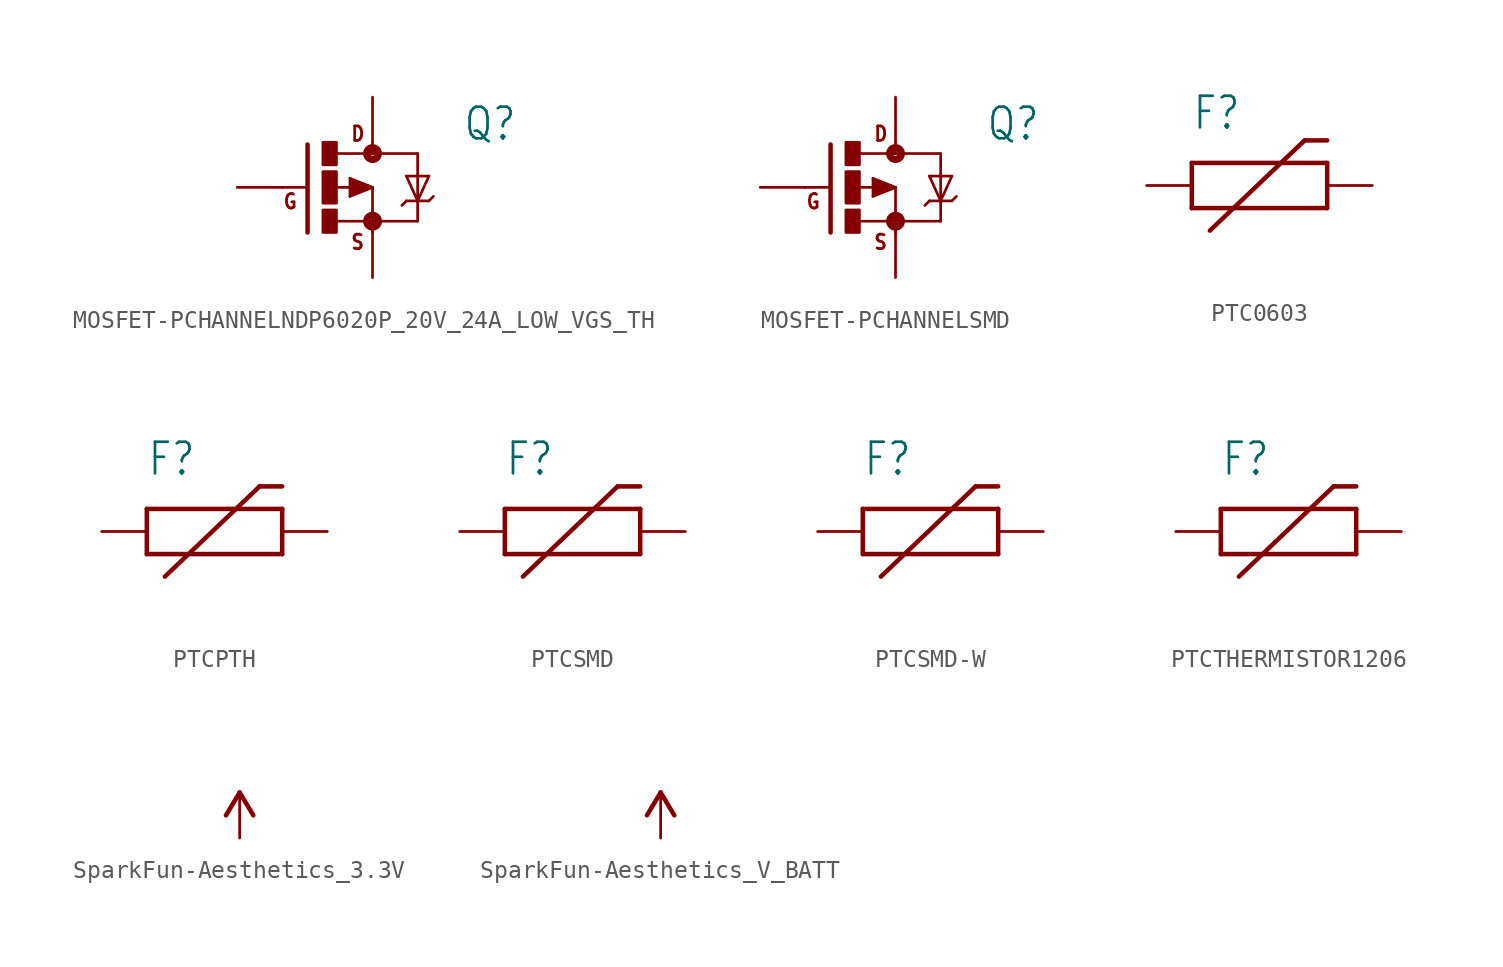
<source format=kicad_sym>
(kicad_symbol_lib
  (version 20241209)
  (generator "kicad_symbol_editor")
  (generator_version "9.0")
  (symbol "MOSFET-PCHANNELNDP6020P_20V_24A_LOW_VGS_TH"
    (property "Reference" "Q"
      (at 5.08 2.54 0)
      (effects (font (size 1.778 1.511)) (justify left bottom)))
    (property "Value" ""
      (at 5.08 0 0)
      (effects (font (size 1.778 1.511)) (justify left bottom)))
    (property "ki_locked" ""
      (at 0 0 0)
      (effects (font (size 1.27 1.27))))
    (symbol "MOSFET-PCHANNELNDP6020P_20V_24A_LOW_VGS_TH_1_0"
      (polyline (pts (xy -3.81 0) (xy -5.08 0)) (stroke (width 0.152) (type solid)) (fill (type none)))
      (polyline (pts (xy -3.658 2.413) (xy -3.658 -2.54)) (stroke (width 0.254) (type solid)) (fill (type none)))
      (rectangle (start -2.794 1.27) (end -2.032 2.54) (stroke (width 0) (type default)) (fill (type outline)))
      (rectangle (start -2.794 -0.889) (end -2.032 0.889) (stroke (width 0) (type default)) (fill (type outline)))
      (rectangle (start -2.794 -2.54) (end -2.032 -1.27) (stroke (width 0) (type default)) (fill (type outline)))
      (polyline (pts (xy -2.032 -1.905) (xy 0 -1.905)) (stroke (width 0.152) (type solid)) (fill (type none)))
      (polyline (pts (xy -1.27 0.508) (xy -1.27 -0.508)) (stroke (width 0.152) (type solid)) (fill (type none)))
      (polyline (pts (xy -1.27 -0.508) (xy 0 0)) (stroke (width 0.152) (type solid)) (fill (type none)))
      (polyline (pts (xy -1.143 0.254) (xy -1.143 0)) (stroke (width 0.305) (type solid)) (fill (type none)))
      (polyline (pts (xy -1.143 0) (xy -2.032 0)) (stroke (width 0.152) (type solid)) (fill (type none)))
      (polyline (pts (xy -1.143 0) (xy -0.889 0)) (stroke (width 0.305) (type solid)) (fill (type none)))
      (polyline (pts (xy -1.143 -0.254) (xy -0.254 0)) (stroke (width 0.305) (type solid)) (fill (type none)))
      (polyline (pts (xy -0.254 0) (xy -1.143 0.254)) (stroke (width 0.305) (type solid)) (fill (type none)))
      (polyline (pts (xy 0 2.54) (xy 0 1.905)) (stroke (width 0.152) (type solid)) (fill (type none)))
      (circle (center 0 1.905) (radius 0.127) (stroke (width 0.406) (type solid)) (fill (type none)))
      (polyline (pts (xy 0 1.905) (xy -2.007 1.905)) (stroke (width 0.152) (type solid)) (fill (type none)))
      (polyline (pts (xy 0 1.905) (xy 2.54 1.905)) (stroke (width 0.152) (type solid)) (fill (type none)))
      (polyline (pts (xy 0 0) (xy -1.27 0.508)) (stroke (width 0.152) (type solid)) (fill (type none)))
      (polyline (pts (xy 0 0) (xy 0 -1.905)) (stroke (width 0.152) (type solid)) (fill (type none)))
      (polyline (pts (xy 0 -1.905) (xy 0 -2.54)) (stroke (width 0.152) (type solid)) (fill (type none)))
      (circle (center 0 -1.905) (radius 0.127) (stroke (width 0.406) (type solid)) (fill (type none)))
      (polyline (pts (xy 1.905 0.635) (xy 2.54 -0.762)) (stroke (width 0.152) (type solid)) (fill (type none)))
      (polyline (pts (xy 1.905 -0.762) (xy 1.651 -1.016)) (stroke (width 0.152) (type solid)) (fill (type none)))
      (polyline (pts (xy 2.54 -0.762) (xy 1.905 -0.762)) (stroke (width 0.152) (type solid)) (fill (type none)))
      (polyline (pts (xy 2.54 -0.762) (xy 2.54 1.905)) (stroke (width 0.152) (type solid)) (fill (type none)))
      (polyline (pts (xy 2.54 -0.762) (xy 3.175 0.635)) (stroke (width 0.152) (type solid)) (fill (type none)))
      (polyline (pts (xy 2.54 -1.905) (xy 0 -1.905)) (stroke (width 0.152) (type solid)) (fill (type none)))
      (polyline (pts (xy 2.54 -1.905) (xy 2.54 -0.762)) (stroke (width 0.152) (type solid)) (fill (type none)))
      (polyline (pts (xy 3.175 0.635) (xy 1.905 0.635)) (stroke (width 0.152) (type solid)) (fill (type none)))
      (polyline (pts (xy 3.175 -0.762) (xy 2.54 -0.762)) (stroke (width 0.152) (type solid)) (fill (type none)))
      (polyline (pts (xy 3.175 -0.762) (xy 3.429 -0.508)) (stroke (width 0.152) (type solid)) (fill (type none)))
      (text "G" (at -5.08 -1.27 0) (effects (font (size 0.813 0.691)) (justify left bottom)))
      (text "D" (at -1.27 2.54 0) (effects (font (size 0.813 0.691)) (justify left bottom)))
      (text "S" (at -1.27 -3.556 0) (effects (font (size 0.813 0.691)) (justify left bottom)))
      (pin passive line (at -7.62 0 0) (length 2.54) (name "G" (effects (font (size 0 0)))) (number "1" (effects (font (size 0 0)))))
      (pin passive line (at 0 5.08 270) (length 2.54) (name "D" (effects (font (size 0 0)))) (number "2" (effects (font (size 0 0)))))
      (pin passive line (at 0 -5.08 90) (length 2.54) (name "S" (effects (font (size 0 0)))) (number "3" (effects (font (size 0 0)))))))
  (symbol "MOSFET-PCHANNELSMD"
    (property "Reference" "Q"
      (at 5.08 2.54 0)
      (effects (font (size 1.778 1.511)) (justify left bottom)))
    (property "Value" ""
      (at 5.08 0 0)
      (effects (font (size 1.778 1.511)) (justify left bottom)))
    (property "ki_locked" ""
      (at 0 0 0)
      (effects (font (size 1.27 1.27))))
    (symbol "MOSFET-PCHANNELSMD_1_0"
      (polyline (pts (xy -3.81 0) (xy -5.08 0)) (stroke (width 0.152) (type solid)) (fill (type none)))
      (polyline (pts (xy -3.658 2.413) (xy -3.658 -2.54)) (stroke (width 0.254) (type solid)) (fill (type none)))
      (rectangle (start -2.794 1.27) (end -2.032 2.54) (stroke (width 0) (type default)) (fill (type outline)))
      (rectangle (start -2.794 -0.889) (end -2.032 0.889) (stroke (width 0) (type default)) (fill (type outline)))
      (rectangle (start -2.794 -2.54) (end -2.032 -1.27) (stroke (width 0) (type default)) (fill (type outline)))
      (polyline (pts (xy -2.032 -1.905) (xy 0 -1.905)) (stroke (width 0.152) (type solid)) (fill (type none)))
      (polyline (pts (xy -1.27 0.508) (xy -1.27 -0.508)) (stroke (width 0.152) (type solid)) (fill (type none)))
      (polyline (pts (xy -1.27 -0.508) (xy 0 0)) (stroke (width 0.152) (type solid)) (fill (type none)))
      (polyline (pts (xy -1.143 0.254) (xy -1.143 0)) (stroke (width 0.305) (type solid)) (fill (type none)))
      (polyline (pts (xy -1.143 0) (xy -2.032 0)) (stroke (width 0.152) (type solid)) (fill (type none)))
      (polyline (pts (xy -1.143 0) (xy -0.889 0)) (stroke (width 0.305) (type solid)) (fill (type none)))
      (polyline (pts (xy -1.143 -0.254) (xy -0.254 0)) (stroke (width 0.305) (type solid)) (fill (type none)))
      (polyline (pts (xy -0.254 0) (xy -1.143 0.254)) (stroke (width 0.305) (type solid)) (fill (type none)))
      (polyline (pts (xy 0 2.54) (xy 0 1.905)) (stroke (width 0.152) (type solid)) (fill (type none)))
      (circle (center 0 1.905) (radius 0.127) (stroke (width 0.406) (type solid)) (fill (type none)))
      (polyline (pts (xy 0 1.905) (xy -2.007 1.905)) (stroke (width 0.152) (type solid)) (fill (type none)))
      (polyline (pts (xy 0 1.905) (xy 2.54 1.905)) (stroke (width 0.152) (type solid)) (fill (type none)))
      (polyline (pts (xy 0 0) (xy -1.27 0.508)) (stroke (width 0.152) (type solid)) (fill (type none)))
      (polyline (pts (xy 0 0) (xy 0 -1.905)) (stroke (width 0.152) (type solid)) (fill (type none)))
      (polyline (pts (xy 0 -1.905) (xy 0 -2.54)) (stroke (width 0.152) (type solid)) (fill (type none)))
      (circle (center 0 -1.905) (radius 0.127) (stroke (width 0.406) (type solid)) (fill (type none)))
      (polyline (pts (xy 1.905 0.635) (xy 2.54 -0.762)) (stroke (width 0.152) (type solid)) (fill (type none)))
      (polyline (pts (xy 1.905 -0.762) (xy 1.651 -1.016)) (stroke (width 0.152) (type solid)) (fill (type none)))
      (polyline (pts (xy 2.54 -0.762) (xy 1.905 -0.762)) (stroke (width 0.152) (type solid)) (fill (type none)))
      (polyline (pts (xy 2.54 -0.762) (xy 2.54 1.905)) (stroke (width 0.152) (type solid)) (fill (type none)))
      (polyline (pts (xy 2.54 -0.762) (xy 3.175 0.635)) (stroke (width 0.152) (type solid)) (fill (type none)))
      (polyline (pts (xy 2.54 -1.905) (xy 0 -1.905)) (stroke (width 0.152) (type solid)) (fill (type none)))
      (polyline (pts (xy 2.54 -1.905) (xy 2.54 -0.762)) (stroke (width 0.152) (type solid)) (fill (type none)))
      (polyline (pts (xy 3.175 0.635) (xy 1.905 0.635)) (stroke (width 0.152) (type solid)) (fill (type none)))
      (polyline (pts (xy 3.175 -0.762) (xy 2.54 -0.762)) (stroke (width 0.152) (type solid)) (fill (type none)))
      (polyline (pts (xy 3.175 -0.762) (xy 3.429 -0.508)) (stroke (width 0.152) (type solid)) (fill (type none)))
      (text "G" (at -5.08 -1.27 0) (effects (font (size 0.813 0.691)) (justify left bottom)))
      (text "D" (at -1.27 2.54 0) (effects (font (size 0.813 0.691)) (justify left bottom)))
      (text "S" (at -1.27 -3.556 0) (effects (font (size 0.813 0.691)) (justify left bottom)))
      (pin passive line (at -7.62 0 0) (length 2.54) (name "G" (effects (font (size 0 0)))) (number "1" (effects (font (size 0 0)))))
      (pin passive line (at 0 5.08 270) (length 2.54) (name "D" (effects (font (size 0 0)))) (number "3" (effects (font (size 0 0)))))
      (pin passive line (at 0 -5.08 90) (length 2.54) (name "S" (effects (font (size 0 0)))) (number "2" (effects (font (size 0 0)))))))
  (symbol "PTC0603"
    (property "Reference" "F"
      (at -2.54 3.048 0)
      (effects (font (size 1.778 1.511)) (justify left bottom)))
    (property "Value" ""
      (at -3.302 -5.08 0)
      (effects (font (size 1.778 1.511)) (justify left bottom)))
    (property "ki_locked" ""
      (at 0 0 0)
      (effects (font (size 1.27 1.27))))
    (symbol "PTC0603_1_0"
      (polyline (pts (xy -2.54 1.27) (xy 5.08 1.27)) (stroke (width 0.254) (type solid)) (fill (type none)))
      (polyline (pts (xy -2.54 -1.27) (xy -2.54 1.27)) (stroke (width 0.254) (type solid)) (fill (type none)))
      (polyline (pts (xy -1.524 -2.54) (xy 3.81 2.54)) (stroke (width 0.254) (type solid)) (fill (type none)))
      (polyline (pts (xy 3.81 2.54) (xy 5.08 2.54)) (stroke (width 0.254) (type solid)) (fill (type none)))
      (polyline (pts (xy 5.08 1.27) (xy 5.08 -1.27)) (stroke (width 0.254) (type solid)) (fill (type none)))
      (polyline (pts (xy 5.08 -1.27) (xy -2.54 -1.27)) (stroke (width 0.254) (type solid)) (fill (type none)))
      (pin bidirectional line (at -5.08 0 0) (length 2.54) (name "1" (effects (font (size 0 0)))) (number "1" (effects (font (size 0 0)))))
      (pin bidirectional line (at 7.62 0 180) (length 2.54) (name "2" (effects (font (size 0 0)))) (number "2" (effects (font (size 0 0)))))))
  (symbol "PTCPTH"
    (property "Reference" "F"
      (at -2.54 3.048 0)
      (effects (font (size 1.778 1.511)) (justify left bottom)))
    (property "Value" ""
      (at -3.302 -5.08 0)
      (effects (font (size 1.778 1.511)) (justify left bottom)))
    (property "ki_locked" ""
      (at 0 0 0)
      (effects (font (size 1.27 1.27))))
    (symbol "PTCPTH_1_0"
      (polyline (pts (xy -2.54 1.27) (xy 5.08 1.27)) (stroke (width 0.254) (type solid)) (fill (type none)))
      (polyline (pts (xy -2.54 -1.27) (xy -2.54 1.27)) (stroke (width 0.254) (type solid)) (fill (type none)))
      (polyline (pts (xy -1.524 -2.54) (xy 3.81 2.54)) (stroke (width 0.254) (type solid)) (fill (type none)))
      (polyline (pts (xy 3.81 2.54) (xy 5.08 2.54)) (stroke (width 0.254) (type solid)) (fill (type none)))
      (polyline (pts (xy 5.08 1.27) (xy 5.08 -1.27)) (stroke (width 0.254) (type solid)) (fill (type none)))
      (polyline (pts (xy 5.08 -1.27) (xy -2.54 -1.27)) (stroke (width 0.254) (type solid)) (fill (type none)))
      (pin bidirectional line (at -5.08 0 0) (length 2.54) (name "1" (effects (font (size 0 0)))) (number "P$1" (effects (font (size 0 0)))))
      (pin bidirectional line (at 7.62 0 180) (length 2.54) (name "2" (effects (font (size 0 0)))) (number "P$2" (effects (font (size 0 0)))))))
  (symbol "PTCSMD"
    (property "Reference" "F"
      (at -2.54 3.048 0)
      (effects (font (size 1.778 1.511)) (justify left bottom)))
    (property "Value" ""
      (at -3.302 -5.08 0)
      (effects (font (size 1.778 1.511)) (justify left bottom)))
    (property "ki_locked" ""
      (at 0 0 0)
      (effects (font (size 1.27 1.27))))
    (symbol "PTCSMD_1_0"
      (polyline (pts (xy -2.54 1.27) (xy 5.08 1.27)) (stroke (width 0.254) (type solid)) (fill (type none)))
      (polyline (pts (xy -2.54 -1.27) (xy -2.54 1.27)) (stroke (width 0.254) (type solid)) (fill (type none)))
      (polyline (pts (xy -1.524 -2.54) (xy 3.81 2.54)) (stroke (width 0.254) (type solid)) (fill (type none)))
      (polyline (pts (xy 3.81 2.54) (xy 5.08 2.54)) (stroke (width 0.254) (type solid)) (fill (type none)))
      (polyline (pts (xy 5.08 1.27) (xy 5.08 -1.27)) (stroke (width 0.254) (type solid)) (fill (type none)))
      (polyline (pts (xy 5.08 -1.27) (xy -2.54 -1.27)) (stroke (width 0.254) (type solid)) (fill (type none)))
      (pin bidirectional line (at -5.08 0 0) (length 2.54) (name "1" (effects (font (size 0 0)))) (number "1" (effects (font (size 0 0)))))
      (pin bidirectional line (at 7.62 0 180) (length 2.54) (name "2" (effects (font (size 0 0)))) (number "2" (effects (font (size 0 0)))))))
  (symbol "PTCSMD-W"
    (property "Reference" "F"
      (at -2.54 3.048 0)
      (effects (font (size 1.778 1.511)) (justify left bottom)))
    (property "Value" ""
      (at -3.302 -5.08 0)
      (effects (font (size 1.778 1.511)) (justify left bottom)))
    (property "ki_locked" ""
      (at 0 0 0)
      (effects (font (size 1.27 1.27))))
    (symbol "PTCSMD-W_1_0"
      (polyline (pts (xy -2.54 1.27) (xy 5.08 1.27)) (stroke (width 0.254) (type solid)) (fill (type none)))
      (polyline (pts (xy -2.54 -1.27) (xy -2.54 1.27)) (stroke (width 0.254) (type solid)) (fill (type none)))
      (polyline (pts (xy -1.524 -2.54) (xy 3.81 2.54)) (stroke (width 0.254) (type solid)) (fill (type none)))
      (polyline (pts (xy 3.81 2.54) (xy 5.08 2.54)) (stroke (width 0.254) (type solid)) (fill (type none)))
      (polyline (pts (xy 5.08 1.27) (xy 5.08 -1.27)) (stroke (width 0.254) (type solid)) (fill (type none)))
      (polyline (pts (xy 5.08 -1.27) (xy -2.54 -1.27)) (stroke (width 0.254) (type solid)) (fill (type none)))
      (pin bidirectional line (at -5.08 0 0) (length 2.54) (name "1" (effects (font (size 0 0)))) (number "1" (effects (font (size 0 0)))))
      (pin bidirectional line (at 7.62 0 180) (length 2.54) (name "2" (effects (font (size 0 0)))) (number "2" (effects (font (size 0 0)))))))
  (symbol "PTCTHERMISTOR1206"
    (property "Reference" "F"
      (at -2.54 3.048 0)
      (effects (font (size 1.778 1.511)) (justify left bottom)))
    (property "Value" ""
      (at -3.302 -5.08 0)
      (effects (font (size 1.778 1.511)) (justify left bottom)))
    (property "ki_locked" ""
      (at 0 0 0)
      (effects (font (size 1.27 1.27))))
    (symbol "PTCTHERMISTOR1206_1_0"
      (polyline (pts (xy -2.54 1.27) (xy 5.08 1.27)) (stroke (width 0.254) (type solid)) (fill (type none)))
      (polyline (pts (xy -2.54 -1.27) (xy -2.54 1.27)) (stroke (width 0.254) (type solid)) (fill (type none)))
      (polyline (pts (xy -1.524 -2.54) (xy 3.81 2.54)) (stroke (width 0.254) (type solid)) (fill (type none)))
      (polyline (pts (xy 3.81 2.54) (xy 5.08 2.54)) (stroke (width 0.254) (type solid)) (fill (type none)))
      (polyline (pts (xy 5.08 1.27) (xy 5.08 -1.27)) (stroke (width 0.254) (type solid)) (fill (type none)))
      (polyline (pts (xy 5.08 -1.27) (xy -2.54 -1.27)) (stroke (width 0.254) (type solid)) (fill (type none)))
      (pin bidirectional line (at -5.08 0 0) (length 2.54) (name "1" (effects (font (size 0 0)))) (number "1" (effects (font (size 0 0)))))
      (pin bidirectional line (at 7.62 0 180) (length 2.54) (name "2" (effects (font (size 0 0)))) (number "2" (effects (font (size 0 0)))))))
  (symbol "SparkFun-Aesthetics_3.3V"
    (power)
    (property "Reference" "#SUPPLY"
      (at 0 0 0)
      (effects (font (size 1.27 1.27)) (hide yes)))
    (property "Value" ""
      (at -1.016 3.556 0)
      (effects (font (size 1.778 1.511)) (justify left bottom)))
    (property "ki_locked" ""
      (at 0 0 0)
      (effects (font (size 1.27 1.27))))
    (symbol "SparkFun-Aesthetics_3.3V_1_0"
      (polyline (pts (xy 0 2.54) (xy -0.762 1.27)) (stroke (width 0.254) (type solid)) (fill (type none)))
      (polyline (pts (xy 0.762 1.27) (xy 0 2.54)) (stroke (width 0.254) (type solid)) (fill (type none)))
      (pin power_in line (at 0 0 90) (length 2.54) (name "3.3V" (effects (font (size 0 0)))) (number "1" (effects (font (size 0 0)))))))
  (symbol "SparkFun-Aesthetics_V_BATT"
    (power)
    (property "Reference" "#SUPPLY"
      (at 0 0 0)
      (effects (font (size 1.27 1.27)) (hide yes)))
    (property "Value" ""
      (at -1.016 3.556 0)
      (effects (font (size 1.778 1.511)) (justify left bottom)))
    (property "ki_locked" ""
      (at 0 0 0)
      (effects (font (size 1.27 1.27))))
    (symbol "SparkFun-Aesthetics_V_BATT_1_0"
      (polyline (pts (xy 0 2.54) (xy -0.762 1.27)) (stroke (width 0.254) (type solid)) (fill (type none)))
      (polyline (pts (xy 0.762 1.27) (xy 0 2.54)) (stroke (width 0.254) (type solid)) (fill (type none)))
      (pin power_in line (at 0 0 90) (length 2.54) (name "V_BATT" (effects (font (size 0 0)))) (number "1" (effects (font (size 0 0))))))))
</source>
